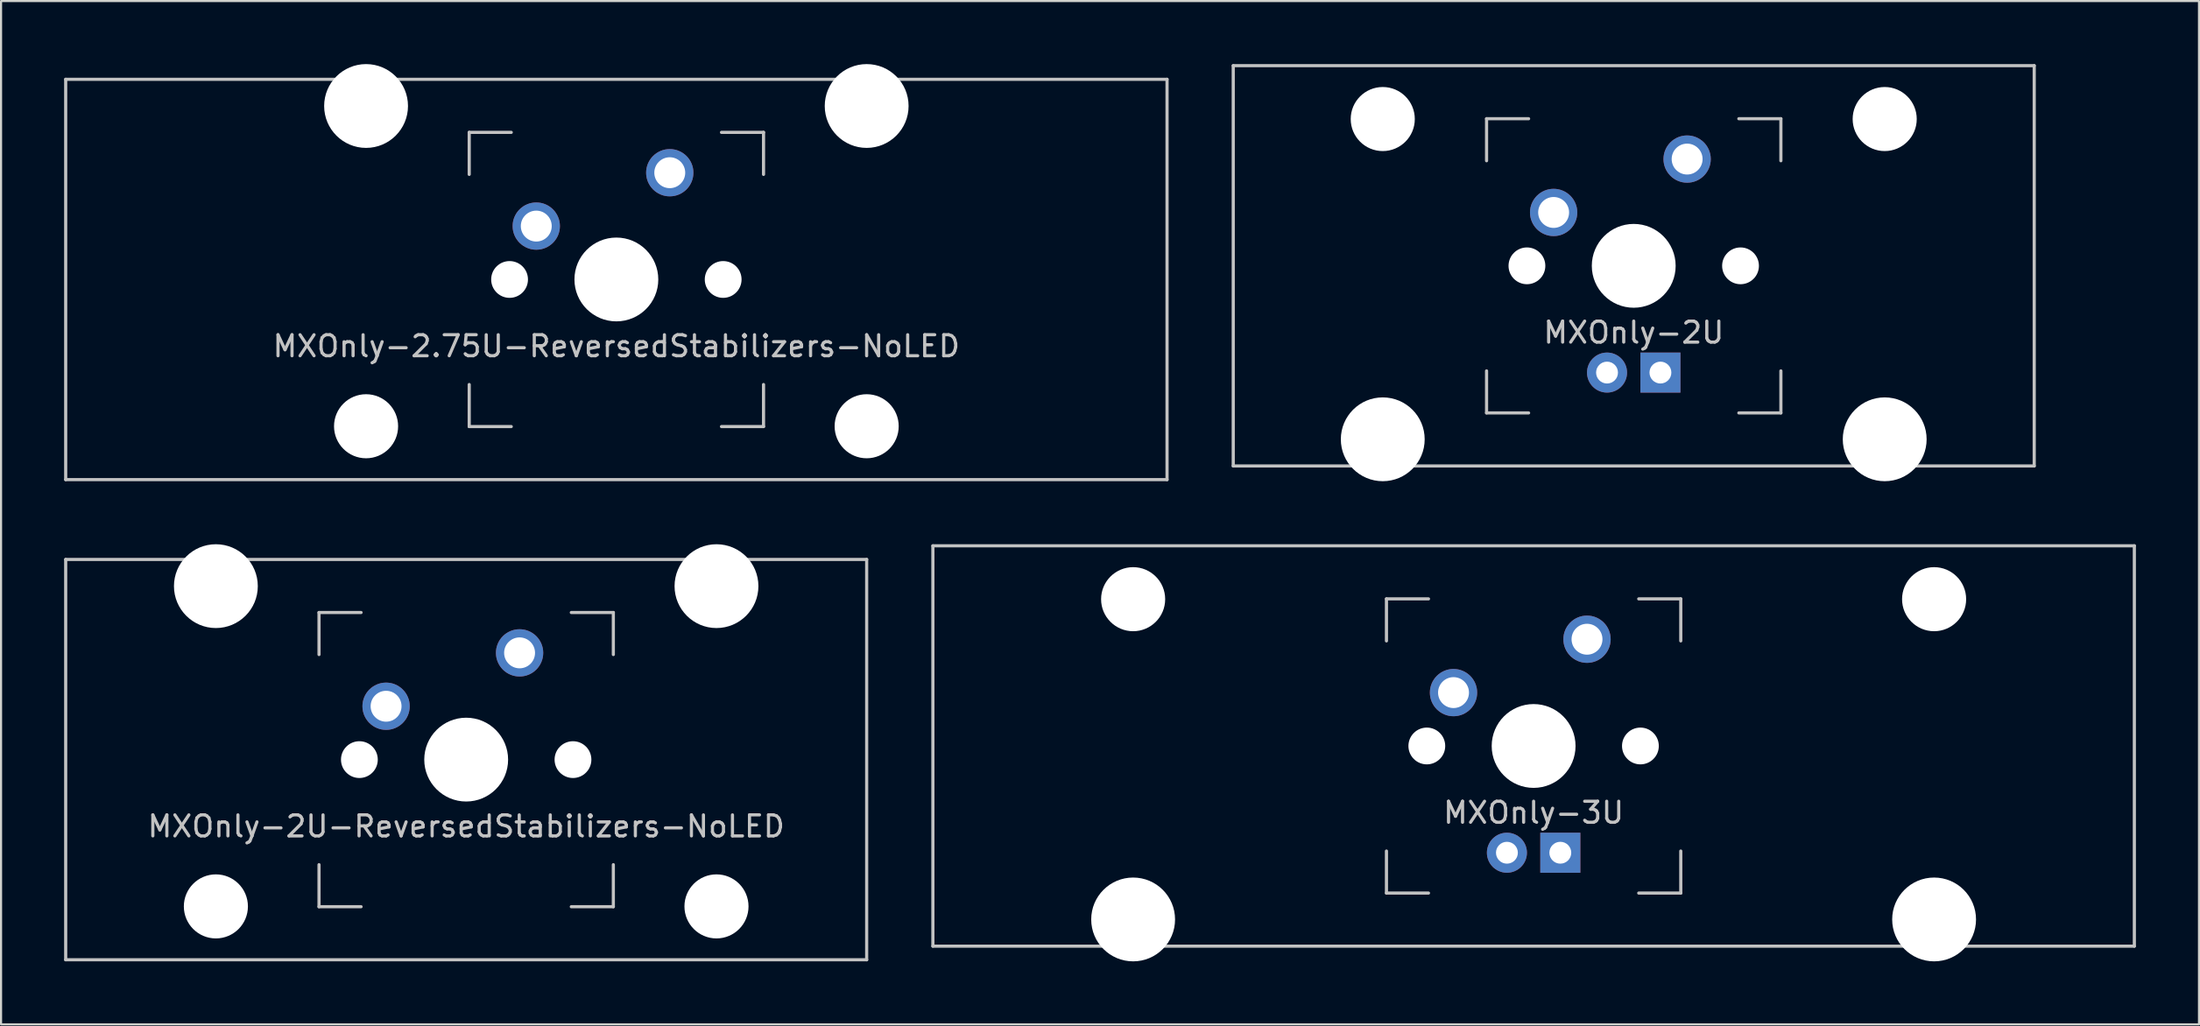
<source format=kicad_pcb>
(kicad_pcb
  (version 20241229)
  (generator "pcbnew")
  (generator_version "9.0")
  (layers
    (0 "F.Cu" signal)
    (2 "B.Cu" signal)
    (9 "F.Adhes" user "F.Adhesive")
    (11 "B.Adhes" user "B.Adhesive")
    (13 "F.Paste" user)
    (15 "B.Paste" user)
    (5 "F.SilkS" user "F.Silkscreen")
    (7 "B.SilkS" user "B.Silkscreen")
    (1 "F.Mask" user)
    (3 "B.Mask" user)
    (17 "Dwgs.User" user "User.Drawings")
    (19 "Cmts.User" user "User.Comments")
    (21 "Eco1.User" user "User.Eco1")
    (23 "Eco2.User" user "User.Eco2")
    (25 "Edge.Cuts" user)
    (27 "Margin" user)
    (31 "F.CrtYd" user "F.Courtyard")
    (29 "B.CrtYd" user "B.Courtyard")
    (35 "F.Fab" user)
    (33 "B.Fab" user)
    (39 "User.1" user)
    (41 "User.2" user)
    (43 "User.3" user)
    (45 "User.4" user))
  (footprint "MXOnly-3U"
    (layer "F.Cu")
    (at 69.9 32.449)
    (property "Reference" "MXOnly-3U" (at 0 3.175 0) (layer "Dwgs.User") (effects (font (size 1 1) (thickness 0.15))))
    (attr through_hole)
    (fp_line (start -28.575 -9.525) (end 28.575 -9.525) (stroke (width 0.15) (type solid)) (layer "Dwgs.User"))
    (fp_line (start -28.575 9.525) (end -28.575 -9.525) (stroke (width 0.15) (type solid)) (layer "Dwgs.User"))
    (fp_line (start -28.575 9.525) (end 28.575 9.525) (stroke (width 0.15) (type solid)) (layer "Dwgs.User"))
    (fp_line (start -7 -7) (end -7 -5) (stroke (width 0.15) (type solid)) (layer "Dwgs.User"))
    (fp_line (start -7 5) (end -7 7) (stroke (width 0.15) (type solid)) (layer "Dwgs.User"))
    (fp_line (start -7 7) (end -5 7) (stroke (width 0.15) (type solid)) (layer "Dwgs.User"))
    (fp_line (start -5 -7) (end -7 -7) (stroke (width 0.15) (type solid)) (layer "Dwgs.User"))
    (fp_line (start 5 -7) (end 7 -7) (stroke (width 0.15) (type solid)) (layer "Dwgs.User"))
    (fp_line (start 5 7) (end 7 7) (stroke (width 0.15) (type solid)) (layer "Dwgs.User"))
    (fp_line (start 7 -7) (end 7 -5) (stroke (width 0.15) (type solid)) (layer "Dwgs.User"))
    (fp_line (start 7 7) (end 7 5) (stroke (width 0.15) (type solid)) (layer "Dwgs.User"))
    (fp_line (start 28.575 -9.525) (end 28.575 9.525) (stroke (width 0.15) (type solid)) (layer "Dwgs.User"))
    (pad "" np_thru_hole circle (at -19.05 -6.985) (size 3.048 3.048) (drill 3.048) (layers "*.Cu" "*.Mask"))
    (pad "" np_thru_hole circle (at -19.05 8.255) (size 3.988 3.988) (drill 3.988) (layers "*.Cu" "*.Mask"))
    (pad "" np_thru_hole circle (at -5.08 0 48.1) (size 1.75 1.75) (drill 1.75) (layers "*.Cu" "*.Mask"))
    (pad "" np_thru_hole circle (at 0 0) (size 3.988 3.988) (drill 3.988) (layers "*.Cu" "*.Mask"))
    (pad "" np_thru_hole circle (at 5.08 0 48.1) (size 1.75 1.75) (drill 1.75) (layers "*.Cu" "*.Mask"))
    (pad "" np_thru_hole circle (at 19.05 -6.985) (size 3.048 3.048) (drill 3.048) (layers "*.Cu" "*.Mask"))
    (pad "" np_thru_hole circle (at 19.05 8.255) (size 3.988 3.988) (drill 3.988) (layers "*.Cu" "*.Mask"))
    (pad "1" thru_hole circle (at -3.81 -2.54 48.1) (size 2.25 2.25) (drill 1.47) (layers "*.Cu" "B.Mask"))
    (pad "2" thru_hole circle (at 2.54 -5.08) (size 2.25 2.25) (drill 1.47) (layers "*.Cu" "B.Mask"))
    (pad "3" thru_hole circle (at -1.27 5.08) (size 1.905 1.905) (drill 1.04) (layers "*.Cu" "B.Mask"))
    (pad "4" thru_hole rect (at 1.27 5.08) (size 1.905 1.905) (drill 1.04) (layers "*.Cu" "B.Mask")))
  (footprint "MXOnly-2U"
    (layer "F.Cu")
    (at 74.662 9.6)
    (property "Reference" "MXOnly-2U" (at 0 3.175 0) (layer "Dwgs.User") (effects (font (size 1 1) (thickness 0.15))))
    (attr through_hole)
    (fp_line (start -19.05 -9.525) (end 19.05 -9.525) (stroke (width 0.15) (type solid)) (layer "Dwgs.User"))
    (fp_line (start -19.05 9.525) (end -19.05 -9.525) (stroke (width 0.15) (type solid)) (layer "Dwgs.User"))
    (fp_line (start -19.05 9.525) (end 19.05 9.525) (stroke (width 0.15) (type solid)) (layer "Dwgs.User"))
    (fp_line (start -7 -7) (end -7 -5) (stroke (width 0.15) (type solid)) (layer "Dwgs.User"))
    (fp_line (start -7 5) (end -7 7) (stroke (width 0.15) (type solid)) (layer "Dwgs.User"))
    (fp_line (start -7 7) (end -5 7) (stroke (width 0.15) (type solid)) (layer "Dwgs.User"))
    (fp_line (start -5 -7) (end -7 -7) (stroke (width 0.15) (type solid)) (layer "Dwgs.User"))
    (fp_line (start 5 -7) (end 7 -7) (stroke (width 0.15) (type solid)) (layer "Dwgs.User"))
    (fp_line (start 5 7) (end 7 7) (stroke (width 0.15) (type solid)) (layer "Dwgs.User"))
    (fp_line (start 7 -7) (end 7 -5) (stroke (width 0.15) (type solid)) (layer "Dwgs.User"))
    (fp_line (start 7 7) (end 7 5) (stroke (width 0.15) (type solid)) (layer "Dwgs.User"))
    (fp_line (start 19.05 -9.525) (end 19.05 9.525) (stroke (width 0.15) (type solid)) (layer "Dwgs.User"))
    (pad "" np_thru_hole circle (at -11.938 -6.985) (size 3.048 3.048) (drill 3.048) (layers "*.Cu" "*.Mask"))
    (pad "" np_thru_hole circle (at -11.938 8.255) (size 3.988 3.988) (drill 3.988) (layers "*.Cu" "*.Mask"))
    (pad "" np_thru_hole circle (at -5.08 0 48.1) (size 1.75 1.75) (drill 1.75) (layers "*.Cu" "*.Mask"))
    (pad "" np_thru_hole circle (at 0 0) (size 3.988 3.988) (drill 3.988) (layers "*.Cu" "*.Mask"))
    (pad "" np_thru_hole circle (at 5.08 0 48.1) (size 1.75 1.75) (drill 1.75) (layers "*.Cu" "*.Mask"))
    (pad "" np_thru_hole circle (at 11.938 -6.985) (size 3.048 3.048) (drill 3.048) (layers "*.Cu" "*.Mask"))
    (pad "" np_thru_hole circle (at 11.938 8.255) (size 3.988 3.988) (drill 3.988) (layers "*.Cu" "*.Mask"))
    (pad "1" thru_hole circle (at -3.81 -2.54) (size 2.25 2.25) (drill 1.47) (layers "*.Cu" "B.Mask"))
    (pad "2" thru_hole circle (at 2.54 -5.08) (size 2.25 2.25) (drill 1.47) (layers "*.Cu" "B.Mask"))
    (pad "3" thru_hole circle (at -1.27 5.08) (size 1.905 1.905) (drill 1.04) (layers "*.Cu" "B.Mask"))
    (pad "4" thru_hole rect (at 1.27 5.08) (size 1.905 1.905) (drill 1.04) (layers "*.Cu" "B.Mask")))
  (footprint "MXOnly-2U-ReversedStabilizers-NoLED"
    (layer "F.Cu")
    (at 19.125 33.098)
    (property "Reference" "MXOnly-2U-ReversedStabilizers-NoLED" (at 0 3.175 0) (layer "Dwgs.User") (effects (font (size 1 1) (thickness 0.15))))
    (attr through_hole)
    (fp_line (start -19.05 -9.525) (end 19.05 -9.525) (stroke (width 0.15) (type solid)) (layer "Dwgs.User"))
    (fp_line (start -19.05 9.525) (end -19.05 -9.525) (stroke (width 0.15) (type solid)) (layer "Dwgs.User"))
    (fp_line (start -19.05 9.525) (end 19.05 9.525) (stroke (width 0.15) (type solid)) (layer "Dwgs.User"))
    (fp_line (start -7 -7) (end -7 -5) (stroke (width 0.15) (type solid)) (layer "Dwgs.User"))
    (fp_line (start -7 5) (end -7 7) (stroke (width 0.15) (type solid)) (layer "Dwgs.User"))
    (fp_line (start -7 7) (end -5 7) (stroke (width 0.15) (type solid)) (layer "Dwgs.User"))
    (fp_line (start -5 -7) (end -7 -7) (stroke (width 0.15) (type solid)) (layer "Dwgs.User"))
    (fp_line (start 5 -7) (end 7 -7) (stroke (width 0.15) (type solid)) (layer "Dwgs.User"))
    (fp_line (start 5 7) (end 7 7) (stroke (width 0.15) (type solid)) (layer "Dwgs.User"))
    (fp_line (start 7 -7) (end 7 -5) (stroke (width 0.15) (type solid)) (layer "Dwgs.User"))
    (fp_line (start 7 7) (end 7 5) (stroke (width 0.15) (type solid)) (layer "Dwgs.User"))
    (fp_line (start 19.05 -9.525) (end 19.05 9.525) (stroke (width 0.15) (type solid)) (layer "Dwgs.User"))
    (pad "" np_thru_hole circle (at -11.906 -8.255) (size 3.988 3.988) (drill 3.988) (layers "*.Cu" "*.Mask"))
    (pad "" np_thru_hole circle (at -11.906 6.985) (size 3.048 3.048) (drill 3.048) (layers "*.Cu" "*.Mask"))
    (pad "" np_thru_hole circle (at -5.08 0 48.1) (size 1.75 1.75) (drill 1.75) (layers "*.Cu" "*.Mask"))
    (pad "" np_thru_hole circle (at 0 0) (size 3.988 3.988) (drill 3.988) (layers "*.Cu" "*.Mask"))
    (pad "" np_thru_hole circle (at 5.08 0 48.1) (size 1.75 1.75) (drill 1.75) (layers "*.Cu" "*.Mask"))
    (pad "" np_thru_hole circle (at 11.906 -8.255) (size 3.988 3.988) (drill 3.988) (layers "*.Cu" "*.Mask"))
    (pad "" np_thru_hole circle (at 11.906 6.985) (size 3.048 3.048) (drill 3.048) (layers "*.Cu" "*.Mask"))
    (pad "1" thru_hole circle (at -3.81 -2.54) (size 2.25 2.25) (drill 1.47) (layers "*.Cu" "B.Mask"))
    (pad "2" thru_hole circle (at 2.54 -5.08) (size 2.25 2.25) (drill 1.47) (layers "*.Cu" "B.Mask")))
  (footprint "MXOnly-2.75U-ReversedStabilizers-NoLED"
    (layer "F.Cu")
    (at 26.269 10.249)
    (property "Reference" "MXOnly-2.75U-ReversedStabilizers-NoLED" (at 0 3.175 0) (layer "Dwgs.User") (effects (font (size 1 1) (thickness 0.15))))
    (attr through_hole)
    (fp_line (start -26.194 -9.525) (end 26.194 -9.525) (stroke (width 0.15) (type solid)) (layer "Dwgs.User"))
    (fp_line (start -26.194 9.525) (end -26.194 -9.525) (stroke (width 0.15) (type solid)) (layer "Dwgs.User"))
    (fp_line (start -26.194 9.525) (end 26.194 9.525) (stroke (width 0.15) (type solid)) (layer "Dwgs.User"))
    (fp_line (start -7 -7) (end -7 -5) (stroke (width 0.15) (type solid)) (layer "Dwgs.User"))
    (fp_line (start -7 5) (end -7 7) (stroke (width 0.15) (type solid)) (layer "Dwgs.User"))
    (fp_line (start -7 7) (end -5 7) (stroke (width 0.15) (type solid)) (layer "Dwgs.User"))
    (fp_line (start -5 -7) (end -7 -7) (stroke (width 0.15) (type solid)) (layer "Dwgs.User"))
    (fp_line (start 5 -7) (end 7 -7) (stroke (width 0.15) (type solid)) (layer "Dwgs.User"))
    (fp_line (start 5 7) (end 7 7) (stroke (width 0.15) (type solid)) (layer "Dwgs.User"))
    (fp_line (start 7 -7) (end 7 -5) (stroke (width 0.15) (type solid)) (layer "Dwgs.User"))
    (fp_line (start 7 7) (end 7 5) (stroke (width 0.15) (type solid)) (layer "Dwgs.User"))
    (fp_line (start 26.194 -9.525) (end 26.194 9.525) (stroke (width 0.15) (type solid)) (layer "Dwgs.User"))
    (pad "" np_thru_hole circle (at -11.906 -8.255) (size 3.988 3.988) (drill 3.988) (layers "*.Cu" "*.Mask"))
    (pad "" np_thru_hole circle (at -11.906 6.985) (size 3.048 3.048) (drill 3.048) (layers "*.Cu" "*.Mask"))
    (pad "" np_thru_hole circle (at -5.08 0 48.1) (size 1.75 1.75) (drill 1.75) (layers "*.Cu" "*.Mask"))
    (pad "" np_thru_hole circle (at 0 0) (size 3.988 3.988) (drill 3.988) (layers "*.Cu" "*.Mask"))
    (pad "" np_thru_hole circle (at 5.08 0 48.1) (size 1.75 1.75) (drill 1.75) (layers "*.Cu" "*.Mask"))
    (pad "" np_thru_hole circle (at 11.906 -8.255) (size 3.988 3.988) (drill 3.988) (layers "*.Cu" "*.Mask"))
    (pad "" np_thru_hole circle (at 11.906 6.985) (size 3.048 3.048) (drill 3.048) (layers "*.Cu" "*.Mask"))
    (pad "1" thru_hole circle (at -3.81 -2.54) (size 2.25 2.25) (drill 1.47) (layers "*.Cu" "B.Mask"))
    (pad "2" thru_hole circle (at 2.54 -5.08) (size 2.25 2.25) (drill 1.47) (layers "*.Cu" "B.Mask")))
  (gr_rect
    (start -3 -3)
    (end 101.55 45.698)
    (stroke (width 0.1) (type default))
    (fill no)
    (layer "Edge.Cuts")))
</source>
